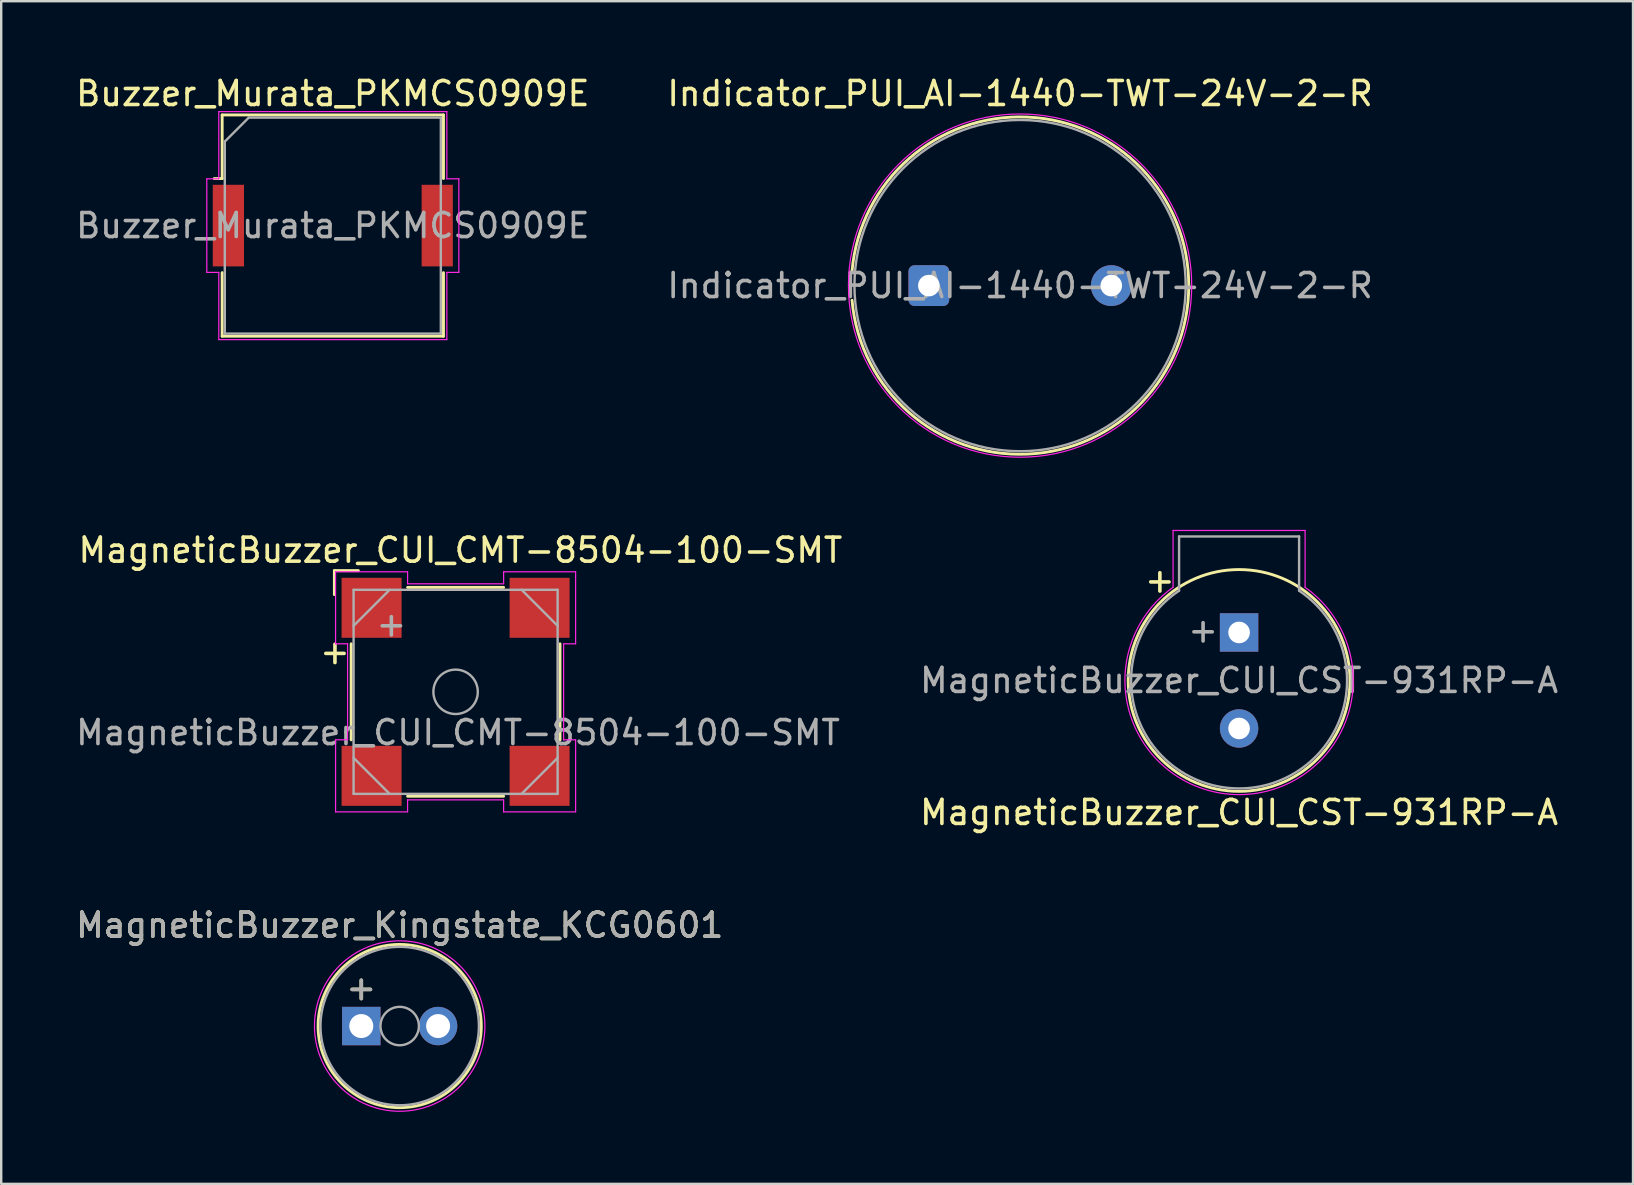
<source format=kicad_pcb>
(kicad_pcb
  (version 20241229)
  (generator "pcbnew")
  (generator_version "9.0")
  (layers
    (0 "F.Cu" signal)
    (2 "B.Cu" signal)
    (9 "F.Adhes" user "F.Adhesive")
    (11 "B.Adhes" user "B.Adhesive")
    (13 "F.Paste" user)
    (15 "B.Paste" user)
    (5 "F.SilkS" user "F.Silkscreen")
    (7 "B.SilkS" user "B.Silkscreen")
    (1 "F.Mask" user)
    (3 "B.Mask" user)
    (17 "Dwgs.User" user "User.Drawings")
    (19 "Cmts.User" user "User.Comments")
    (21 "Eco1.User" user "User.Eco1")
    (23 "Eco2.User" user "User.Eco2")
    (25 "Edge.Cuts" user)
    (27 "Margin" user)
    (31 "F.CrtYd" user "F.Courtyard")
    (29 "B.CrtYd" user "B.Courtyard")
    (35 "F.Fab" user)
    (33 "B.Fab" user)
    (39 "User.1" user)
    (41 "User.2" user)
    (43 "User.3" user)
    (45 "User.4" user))
  (footprint "MagneticBuzzer_CUI_CMT-8504-100-SMT"
    (layer "F.Cu")
    (at 15.93 25.771)
    (property "Reference" "MagneticBuzzer_CUI_CMT-8504-100-SMT" (at 0.2 -5.9 0) (layer "F.SilkS") (effects (font (size 1 1) (thickness 0.15))))
    (attr smd)
    (fp_line (start -5.05 -5.05) (end -4.05 -5.05) (stroke (width 0.12) (type solid)) (layer "F.SilkS"))
    (fp_line (start -5.05 -4.05) (end -5.05 -5.05) (stroke (width 0.12) (type solid)) (layer "F.SilkS"))
    (fp_line (start -4.35 -2) (end -4.35 2) (stroke (width 0.12) (type solid)) (layer "F.SilkS"))
    (fp_line (start -2 4.35) (end 2 4.35) (stroke (width 0.12) (type solid)) (layer "F.SilkS"))
    (fp_line (start 2 -4.35) (end -2 -4.35) (stroke (width 0.12) (type solid)) (layer "F.SilkS"))
    (fp_line (start 4.35 2) (end 4.35 -2) (stroke (width 0.12) (type solid)) (layer "F.SilkS"))
    (fp_line (start -5 -5) (end -2 -5) (stroke (width 0.05) (type solid)) (layer "F.CrtYd"))
    (fp_line (start -5 -2) (end -5 -5) (stroke (width 0.05) (type solid)) (layer "F.CrtYd"))
    (fp_line (start -5 -2) (end -4.5 -2) (stroke (width 0.05) (type solid)) (layer "F.CrtYd"))
    (fp_line (start -5 2) (end -5 5) (stroke (width 0.05) (type solid)) (layer "F.CrtYd"))
    (fp_line (start -4.5 -2) (end -4.5 2) (stroke (width 0.05) (type solid)) (layer "F.CrtYd"))
    (fp_line (start -4.5 2) (end -5 2) (stroke (width 0.05) (type solid)) (layer "F.CrtYd"))
    (fp_line (start -2 -5) (end -2 -4.5) (stroke (width 0.05) (type solid)) (layer "F.CrtYd"))
    (fp_line (start -2 -4.5) (end 2 -4.5) (stroke (width 0.05) (type solid)) (layer "F.CrtYd"))
    (fp_line (start -2 4.5) (end -2 5) (stroke (width 0.05) (type solid)) (layer "F.CrtYd"))
    (fp_line (start -2 5) (end -5 5) (stroke (width 0.05) (type solid)) (layer "F.CrtYd"))
    (fp_line (start 2 -5) (end 5 -5) (stroke (width 0.05) (type solid)) (layer "F.CrtYd"))
    (fp_line (start 2 -4.5) (end 2 -5) (stroke (width 0.05) (type solid)) (layer "F.CrtYd"))
    (fp_line (start 2 4.5) (end -2 4.5) (stroke (width 0.05) (type solid)) (layer "F.CrtYd"))
    (fp_line (start 2 5) (end 2 4.5) (stroke (width 0.05) (type solid)) (layer "F.CrtYd"))
    (fp_line (start 4.5 -2) (end 4.5 2) (stroke (width 0.05) (type solid)) (layer "F.CrtYd"))
    (fp_line (start 4.5 2) (end 5 2) (stroke (width 0.05) (type solid)) (layer "F.CrtYd"))
    (fp_line (start 5 -2) (end 4.5 -2) (stroke (width 0.05) (type solid)) (layer "F.CrtYd"))
    (fp_line (start 5 -2) (end 5 -5) (stroke (width 0.05) (type solid)) (layer "F.CrtYd"))
    (fp_line (start 5 2) (end 5 5) (stroke (width 0.05) (type solid)) (layer "F.CrtYd"))
    (fp_line (start 5 5) (end 2 5) (stroke (width 0.05) (type solid)) (layer "F.CrtYd"))
    (fp_line (start -4.25 -4.25) (end 4.25 -4.25) (stroke (width 0.1) (type solid)) (layer "F.Fab"))
    (fp_line (start -4.25 -2.75) (end -2.75 -4.25) (stroke (width 0.1) (type solid)) (layer "F.Fab"))
    (fp_line (start -4.25 4.25) (end -4.25 -4.25) (stroke (width 0.1) (type solid)) (layer "F.Fab"))
    (fp_line (start -2.75 4.25) (end -4.25 2.75) (stroke (width 0.1) (type solid)) (layer "F.Fab"))
    (fp_line (start 2.75 -4.25) (end 4.25 -2.75) (stroke (width 0.1) (type solid)) (layer "F.Fab"))
    (fp_line (start 4.25 -4.25) (end 4.25 4.25) (stroke (width 0.1) (type solid)) (layer "F.Fab"))
    (fp_line (start 4.25 2.75) (end 2.75 4.25) (stroke (width 0.1) (type solid)) (layer "F.Fab"))
    (fp_line (start 4.25 4.25) (end -4.25 4.25) (stroke (width 0.1) (type solid)) (layer "F.Fab"))
    (fp_circle (center 0 0) (end 0.925 0) (stroke (width 0.1) (type solid)) (fill no) (layer "F.Fab"))
    (fp_text user "+" (at -5.1 -1.6 270) (layer "F.SilkS") (effects (font (size 1 1) (thickness 0.15))))
    (fp_text user "${REFERENCE}" (at 0.1 1.7 0) (layer "F.Fab") (effects (font (size 1 1) (thickness 0.15))))
    (fp_text user "+" (at -2.75 -2.75 270) (layer "F.Fab") (effects (font (size 1 1) (thickness 0.15))))
    (pad "1" smd rect (at -3.5 -3.5 270) (size 2.5 2.5) (layers "F.Cu" "F.Mask" "F.Paste"))
    (pad "2" smd rect (at -3.5 3.5 270) (size 2.5 2.5) (layers "F.Cu" "F.Mask" "F.Paste"))
    (pad "3" smd rect (at 3.5 3.5 270) (size 2.5 2.5) (layers "F.Cu" "F.Mask" "F.Paste"))
    (pad "4" smd rect (at 3.5 -3.5 270) (size 2.5 2.5) (layers "F.Cu" "F.Mask" "F.Paste")))
  (footprint "Indicator_PUI_AI-1440-TWT-24V-2-R"
    (layer "F.Cu")
    (at 35.646 8.848)
    (property "Reference" "Indicator_PUI_AI-1440-TWT-24V-2-R" (at 3.8 -8 0) (layer "F.SilkS") (effects (font (size 1 1) (thickness 0.15))))
    (attr through_hole)
    (fp_arc (start -3.2 -0.615) (mid 10.826964 0.00257) (end -3.200448 0.60988) (stroke (width 0.12) (type solid)) (layer "F.SilkS"))
    (fp_circle (center 3.8 0) (end 10.95 0) (stroke (width 0.05) (type solid)) (fill no) (layer "F.CrtYd"))
    (fp_circle (center 3.8 0) (end 10.7 0) (stroke (width 0.1) (type solid)) (fill no) (layer "F.Fab"))
    (fp_text user "${REFERENCE}" (at 3.8 0 0) (layer "F.Fab") (effects (font (size 1 1) (thickness 0.15))))
    (pad "1" thru_hole roundrect (at 0 0) (size 1.7 1.7) (drill 0.9) (layers "*.Cu" "*.Mask") (roundrect_rratio 0.147))
    (pad "2" thru_hole circle (at 7.6 0) (size 1.7 1.7) (drill 0.9) (layers "*.Cu" "*.Mask")))
  (footprint "MagneticBuzzer_Kingstate_KCG0601"
    (layer "F.Cu")
    (at 12.001 39.695)
    (property "Reference" "MagneticBuzzer_Kingstate_KCG0601" (at 1.6 -4.2 0) (layer "F.SilkS") (effects (font (size 1 1) (thickness 0.15))))
    (attr through_hole)
    (fp_circle (center 1.6 0) (end 5 0) (stroke (width 0.12) (type solid)) (fill no) (layer "F.SilkS"))
    (fp_circle (center 1.6 0) (end 5.15 0) (stroke (width 0.05) (type solid)) (fill no) (layer "F.CrtYd"))
    (fp_circle (center 1.6 0) (end 2.4 0) (stroke (width 0.1) (type solid)) (fill no) (layer "F.Fab"))
    (fp_circle (center 1.6 0) (end 4.9 0) (stroke (width 0.1) (type solid)) (fill no) (layer "F.Fab"))
    (fp_text user "+" (at 0 -1.6 0) (layer "F.SilkS") (effects (font (size 1 1) (thickness 0.15))))
    (fp_text user "+" (at 0 -1.6 0) (layer "F.Fab") (effects (font (size 1 1) (thickness 0.15))))
    (fp_text user "${REFERENCE}" (at 1.6 -4.2 0) (layer "F.Fab") (effects (font (size 1 1) (thickness 0.15))))
    (pad "1" thru_hole rect (at 0 0) (size 1.6 1.6) (drill 1) (layers "*.Cu" "*.Mask"))
    (pad "2" thru_hole circle (at 3.2 0) (size 1.6 1.6) (drill 1) (layers "*.Cu" "*.Mask")))
  (footprint "Buzzer_Murata_PKMCS0909E"
    (layer "F.Cu")
    (at 10.815 6.348)
    (property "Reference" "Buzzer_Murata_PKMCS0909E" (at 0 -5.5 0) (layer "F.SilkS") (effects (font (size 1 1) (thickness 0.15))))
    (attr smd)
    (fp_line (start -4.61 -4.61) (end 4.61 -4.61) (stroke (width 0.12) (type solid)) (layer "F.SilkS"))
    (fp_line (start -4.61 -1.96) (end -4.94 -1.96) (stroke (width 0.12) (type solid)) (layer "F.SilkS"))
    (fp_line (start -4.61 -1.96) (end -4.61 -4.61) (stroke (width 0.12) (type solid)) (layer "F.SilkS"))
    (fp_line (start -4.61 4.61) (end -4.61 1.96) (stroke (width 0.12) (type solid)) (layer "F.SilkS"))
    (fp_line (start 4.61 -4.61) (end 4.61 -1.96) (stroke (width 0.12) (type solid)) (layer "F.SilkS"))
    (fp_line (start 4.61 1.96) (end 4.61 4.61) (stroke (width 0.12) (type solid)) (layer "F.SilkS"))
    (fp_line (start 4.61 4.61) (end -4.61 4.61) (stroke (width 0.12) (type solid)) (layer "F.SilkS"))
    (fp_line (start -5.25 1.95) (end -5.25 -1.95) (stroke (width 0.05) (type solid)) (layer "F.CrtYd"))
    (fp_line (start -4.75 -4.75) (end 4.75 -4.75) (stroke (width 0.05) (type solid)) (layer "F.CrtYd"))
    (fp_line (start -4.75 -1.95) (end -5.25 -1.95) (stroke (width 0.05) (type solid)) (layer "F.CrtYd"))
    (fp_line (start -4.75 -1.95) (end -4.75 -4.75) (stroke (width 0.05) (type solid)) (layer "F.CrtYd"))
    (fp_line (start -4.75 1.95) (end -5.25 1.95) (stroke (width 0.05) (type solid)) (layer "F.CrtYd"))
    (fp_line (start -4.75 4.75) (end -4.75 1.95) (stroke (width 0.05) (type solid)) (layer "F.CrtYd"))
    (fp_line (start 4.75 -1.95) (end 4.75 -4.75) (stroke (width 0.05) (type solid)) (layer "F.CrtYd"))
    (fp_line (start 4.75 -1.95) (end 5.25 -1.95) (stroke (width 0.05) (type solid)) (layer "F.CrtYd"))
    (fp_line (start 4.75 1.95) (end 5.25 1.95) (stroke (width 0.05) (type solid)) (layer "F.CrtYd"))
    (fp_line (start 4.75 4.75) (end -4.75 4.75) (stroke (width 0.05) (type solid)) (layer "F.CrtYd"))
    (fp_line (start 4.75 4.75) (end 4.75 1.95) (stroke (width 0.05) (type solid)) (layer "F.CrtYd"))
    (fp_line (start 5.25 1.95) (end 5.25 -1.95) (stroke (width 0.05) (type solid)) (layer "F.CrtYd"))
    (fp_line (start -4.5 -3.5) (end -3.5 -4.5) (stroke (width 0.1) (type solid)) (layer "F.Fab"))
    (fp_line (start -4.5 4.5) (end -4.5 -3.5) (stroke (width 0.1) (type solid)) (layer "F.Fab"))
    (fp_line (start -3.5 -4.5) (end 4.5 -4.5) (stroke (width 0.1) (type solid)) (layer "F.Fab"))
    (fp_line (start 4.5 -4.5) (end 4.5 4.5) (stroke (width 0.1) (type solid)) (layer "F.Fab"))
    (fp_line (start 4.5 4.5) (end -4.5 4.5) (stroke (width 0.1) (type solid)) (layer "F.Fab"))
    (fp_text user "${REFERENCE}" (at 0 0 0) (layer "F.Fab") (effects (font (size 1 1) (thickness 0.15))))
    (pad "1" smd rect (at -4.35 0) (size 1.3 3.4) (layers "F.Cu" "F.Mask" "F.Paste"))
    (pad "2" smd rect (at 4.35 0) (size 1.3 3.4) (layers "F.Cu" "F.Mask" "F.Paste")))
  (footprint "MagneticBuzzer_CUI_CST-931RP-A"
    (layer "F.Cu")
    (at 48.57 23.298)
    (property "Reference" "MagneticBuzzer_CUI_CST-931RP-A" (at 0 7.5 0) (layer "F.SilkS") (effects (font (size 1 1) (thickness 0.15))))
    (attr through_hole)
    (fp_circle (center 0 2) (end 4.62 2) (stroke (width 0.12) (type solid)) (fill no) (layer "F.SilkS"))
    (fp_line (start -2.75 -4.25) (end 2.75 -4.25) (stroke (width 0.05) (type solid)) (layer "F.CrtYd"))
    (fp_line (start -2.75 -1.88) (end -2.75 -4.25) (stroke (width 0.05) (type solid)) (layer "F.CrtYd"))
    (fp_line (start 2.75 -4.25) (end 2.75 -1.88) (stroke (width 0.05) (type solid)) (layer "F.CrtYd"))
    (fp_arc (start 2.75 -1.88) (mid 0.006009 6.755719) (end -2.759797 -1.873038) (stroke (width 0.05) (type solid)) (layer "F.CrtYd"))
    (fp_line (start -2.5 -4) (end -2.5 -1.74) (stroke (width 0.1) (type solid)) (layer "F.Fab"))
    (fp_line (start -2.5 -4) (end 2.5 -4) (stroke (width 0.1) (type solid)) (layer "F.Fab"))
    (fp_line (start 2.5 -4) (end 2.5 -1.74) (stroke (width 0.1) (type solid)) (layer "F.Fab"))
    (fp_arc (start 2.5 -1.74) (mid 0.003084 6.498621) (end -2.505126 -1.736568) (stroke (width 0.1) (type solid)) (layer "F.Fab"))
    (fp_text user "+" (at -3.3 -2.18 0) (layer "F.SilkS") (effects (font (size 1 1) (thickness 0.15))))
    (fp_text user "+" (at -1.5 -0.1 0) (layer "F.Fab") (effects (font (size 1 1) (thickness 0.15))))
    (fp_text user "${REFERENCE}" (at 0 2 0) (layer "F.Fab") (effects (font (size 1 1) (thickness 0.15))))
    (pad "1" thru_hole rect (at 0 0) (size 1.6 1.6) (drill 0.9) (layers "*.Cu" "*.Mask"))
    (pad "2" thru_hole circle (at 0 4) (size 1.6 1.6) (drill 0.9) (layers "*.Cu" "*.Mask")))
  (gr_rect
    (start -3 -3)
    (end 64.981 46.27)
    (stroke (width 0.1) (type default))
    (fill no)
    (layer "Edge.Cuts")))
</source>
